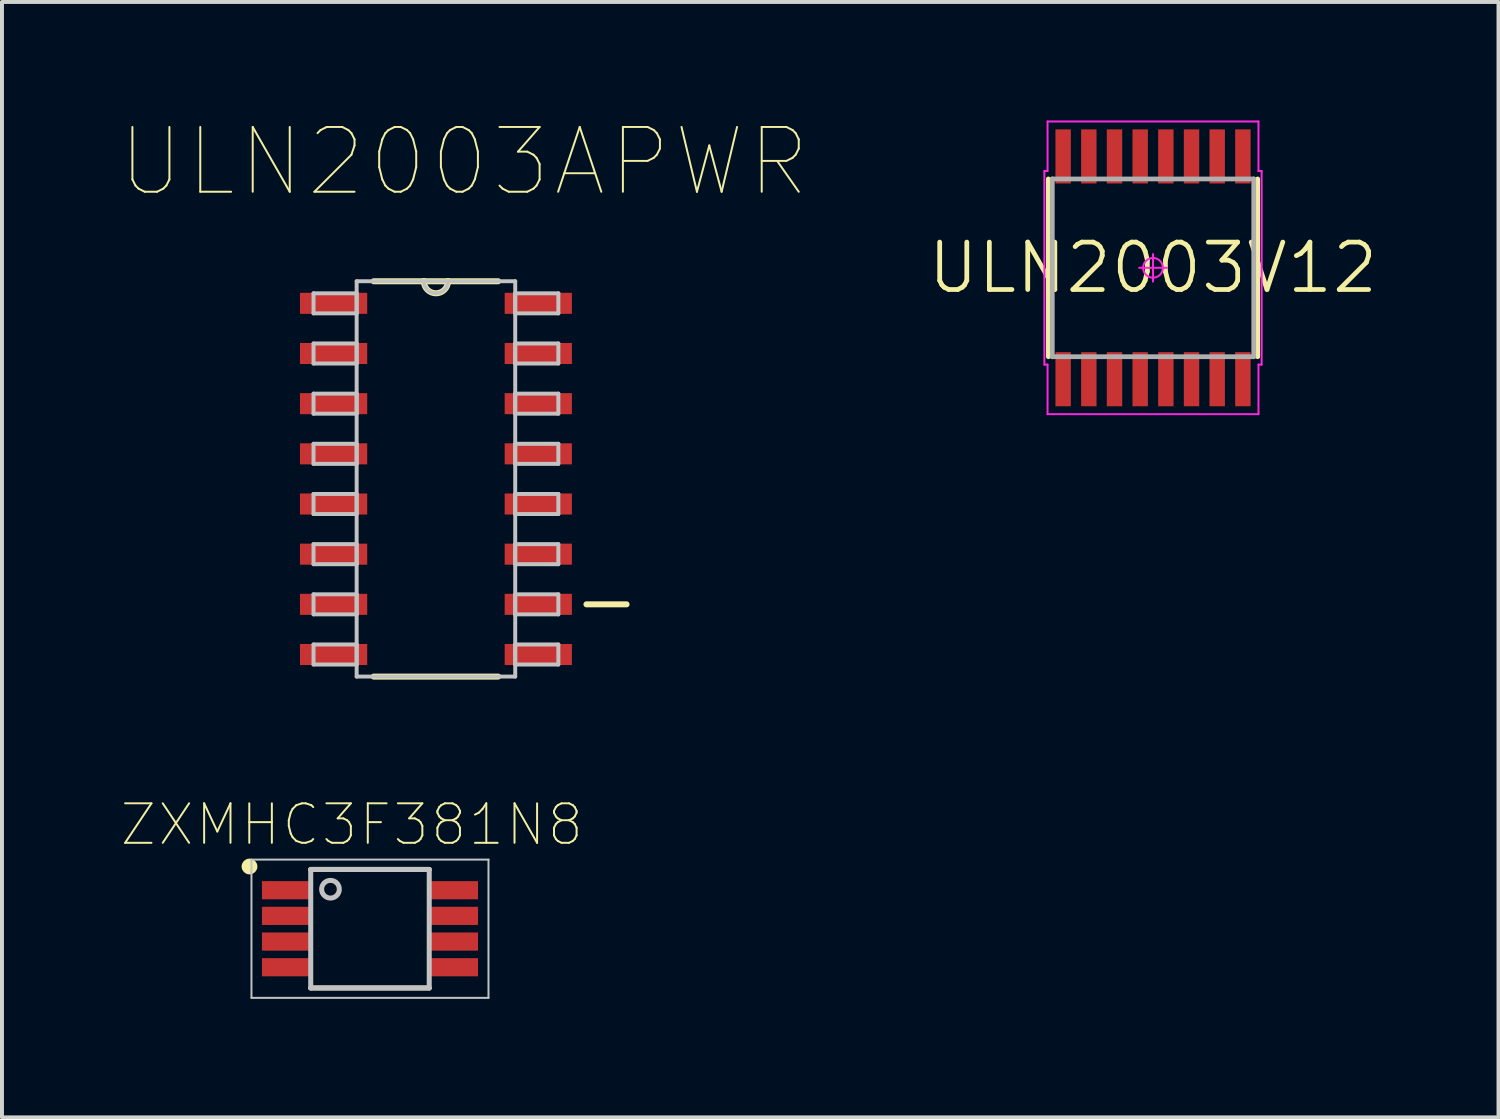
<source format=kicad_pcb>
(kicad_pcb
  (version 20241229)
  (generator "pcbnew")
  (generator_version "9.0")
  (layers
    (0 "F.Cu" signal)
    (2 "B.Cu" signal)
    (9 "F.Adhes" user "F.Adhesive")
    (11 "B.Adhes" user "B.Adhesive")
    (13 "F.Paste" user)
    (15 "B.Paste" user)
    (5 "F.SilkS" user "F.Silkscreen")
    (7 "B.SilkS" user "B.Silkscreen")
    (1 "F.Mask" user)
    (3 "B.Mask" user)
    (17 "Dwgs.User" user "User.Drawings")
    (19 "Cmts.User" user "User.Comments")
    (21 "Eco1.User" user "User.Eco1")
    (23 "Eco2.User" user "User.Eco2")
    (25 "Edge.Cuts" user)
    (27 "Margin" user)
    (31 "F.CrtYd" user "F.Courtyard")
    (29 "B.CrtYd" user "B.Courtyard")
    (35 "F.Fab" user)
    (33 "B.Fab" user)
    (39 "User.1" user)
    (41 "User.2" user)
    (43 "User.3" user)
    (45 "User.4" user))
  (footprint "ZXMHC3F381N8"
    (layer "F.Cu")
    (at 6.316 20.461)
    (property "Reference" "ZXMHC3F381N8" (at -0.46 -2.635 0) (layer "F.SilkS") (effects (font (size 1 1) (thickness 0.05))))
    (attr smd)
    (fp_line (start -1.5 -1.5) (end 1.5 -1.5) (stroke (width 0.127) (type solid)) (layer "F.SilkS"))
    (fp_line (start -1.5 1.5) (end 1.5 1.5) (stroke (width 0.127) (type solid)) (layer "F.SilkS"))
    (fp_circle (center -3.05 -1.575) (end -2.95 -1.575) (stroke (width 0.2) (type solid)) (fill no) (layer "F.SilkS"))
    (fp_line (start -3 -1.75) (end 3 -1.75) (stroke (width 0.05) (type solid)) (layer "Dwgs.User"))
    (fp_line (start -3 1.75) (end -3 -1.75) (stroke (width 0.05) (type solid)) (layer "Dwgs.User"))
    (fp_line (start -1.5 -1.5) (end 1.5 -1.5) (stroke (width 0.127) (type solid)) (layer "Dwgs.User"))
    (fp_line (start -1.5 1.5) (end -1.5 -1.5) (stroke (width 0.127) (type solid)) (layer "Dwgs.User"))
    (fp_line (start 1.5 -1.5) (end 1.5 1.5) (stroke (width 0.127) (type solid)) (layer "Dwgs.User"))
    (fp_line (start 1.5 1.5) (end -1.5 1.5) (stroke (width 0.127) (type solid)) (layer "Dwgs.User"))
    (fp_line (start 3 -1.75) (end 3 1.75) (stroke (width 0.05) (type solid)) (layer "Dwgs.User"))
    (fp_line (start 3 1.75) (end -3 1.75) (stroke (width 0.05) (type solid)) (layer "Dwgs.User"))
    (fp_circle (center -1 -1) (end -0.776 -1) (stroke (width 0.127) (type solid)) (fill no) (layer "Dwgs.User"))
    (pad "1" smd rect (at -2.11 -0.975) (size 1.25 0.46) (layers "F.Cu" "F.Mask" "F.Paste"))
    (pad "2" smd rect (at -2.11 -0.325) (size 1.25 0.46) (layers "F.Cu" "F.Mask" "F.Paste"))
    (pad "3" smd rect (at -2.11 0.325) (size 1.25 0.46) (layers "F.Cu" "F.Mask" "F.Paste"))
    (pad "4" smd rect (at -2.11 0.975) (size 1.25 0.46) (layers "F.Cu" "F.Mask" "F.Paste"))
    (pad "5" smd rect (at 2.11 0.975) (size 1.25 0.46) (layers "F.Cu" "F.Mask" "F.Paste"))
    (pad "6" smd rect (at 2.11 0.325) (size 1.25 0.46) (layers "F.Cu" "F.Mask" "F.Paste"))
    (pad "7" smd rect (at 2.11 -0.325) (size 1.25 0.46) (layers "F.Cu" "F.Mask" "F.Paste"))
    (pad "8" smd rect (at 2.11 -0.975) (size 1.25 0.46) (layers "F.Cu" "F.Mask" "F.Paste")))
  (footprint "ULN2003APWR"
    (layer "F.Cu")
    (at 7.986 9.074)
    (property "Reference" "ULN2003APWR" (at 0.711 -8.026 0) (layer "F.SilkS") (effects (font (size 1.64 1.64) (thickness 0.05))))
    (attr smd)
    (fp_line (start -1.575 5.004) (end 1.575 5.004) (stroke (width 0.152) (type solid)) (layer "F.SilkS"))
    (fp_line (start -0.305 -5.004) (end -1.575 -5.004) (stroke (width 0.152) (type solid)) (layer "F.SilkS"))
    (fp_line (start 0.305 -5.004) (end -0.305 -5.004) (stroke (width 0.152) (type solid)) (layer "F.SilkS"))
    (fp_line (start 1.575 -5.004) (end 0.305 -5.004) (stroke (width 0.152) (type solid)) (layer "F.SilkS"))
    (fp_line (start 3.81 3.175) (end 4.826 3.175) (stroke (width 0.152) (type solid)) (layer "F.SilkS"))
    (fp_arc (start 0.3048 -5.0038) (mid 0 -4.699) (end -0.3048 -5.0038) (stroke (width 0.1524) (type solid)) (layer "F.SilkS"))
    (fp_line (start -3.099 -4.699) (end -3.099 -4.191) (stroke (width 0.1) (type solid)) (layer "Dwgs.User"))
    (fp_line (start -3.099 -4.191) (end -2.007 -4.191) (stroke (width 0.1) (type solid)) (layer "Dwgs.User"))
    (fp_line (start -3.099 -3.429) (end -3.099 -2.921) (stroke (width 0.1) (type solid)) (layer "Dwgs.User"))
    (fp_line (start -3.099 -2.921) (end -2.007 -2.921) (stroke (width 0.1) (type solid)) (layer "Dwgs.User"))
    (fp_line (start -3.099 -2.159) (end -3.099 -1.651) (stroke (width 0.1) (type solid)) (layer "Dwgs.User"))
    (fp_line (start -3.099 -1.651) (end -2.007 -1.651) (stroke (width 0.1) (type solid)) (layer "Dwgs.User"))
    (fp_line (start -3.099 -0.889) (end -3.099 -0.381) (stroke (width 0.1) (type solid)) (layer "Dwgs.User"))
    (fp_line (start -3.099 -0.381) (end -2.007 -0.381) (stroke (width 0.1) (type solid)) (layer "Dwgs.User"))
    (fp_line (start -3.099 0.381) (end -3.099 0.889) (stroke (width 0.1) (type solid)) (layer "Dwgs.User"))
    (fp_line (start -3.099 0.889) (end -2.007 0.889) (stroke (width 0.1) (type solid)) (layer "Dwgs.User"))
    (fp_line (start -3.099 1.651) (end -3.099 2.159) (stroke (width 0.1) (type solid)) (layer "Dwgs.User"))
    (fp_line (start -3.099 2.159) (end -2.007 2.159) (stroke (width 0.1) (type solid)) (layer "Dwgs.User"))
    (fp_line (start -3.099 2.921) (end -3.099 3.429) (stroke (width 0.1) (type solid)) (layer "Dwgs.User"))
    (fp_line (start -3.099 3.429) (end -2.007 3.429) (stroke (width 0.1) (type solid)) (layer "Dwgs.User"))
    (fp_line (start -3.099 4.191) (end -3.099 4.699) (stroke (width 0.1) (type solid)) (layer "Dwgs.User"))
    (fp_line (start -3.099 4.699) (end -2.007 4.699) (stroke (width 0.1) (type solid)) (layer "Dwgs.User"))
    (fp_line (start -2.007 -5.004) (end -2.007 5.004) (stroke (width 0.1) (type solid)) (layer "Dwgs.User"))
    (fp_line (start -2.007 -4.699) (end -3.099 -4.699) (stroke (width 0.1) (type solid)) (layer "Dwgs.User"))
    (fp_line (start -2.007 -4.191) (end -2.007 -4.699) (stroke (width 0.1) (type solid)) (layer "Dwgs.User"))
    (fp_line (start -2.007 -3.429) (end -3.099 -3.429) (stroke (width 0.1) (type solid)) (layer "Dwgs.User"))
    (fp_line (start -2.007 -2.921) (end -2.007 -3.429) (stroke (width 0.1) (type solid)) (layer "Dwgs.User"))
    (fp_line (start -2.007 -2.159) (end -3.099 -2.159) (stroke (width 0.1) (type solid)) (layer "Dwgs.User"))
    (fp_line (start -2.007 -1.651) (end -2.007 -2.159) (stroke (width 0.1) (type solid)) (layer "Dwgs.User"))
    (fp_line (start -2.007 -0.889) (end -3.099 -0.889) (stroke (width 0.1) (type solid)) (layer "Dwgs.User"))
    (fp_line (start -2.007 -0.381) (end -2.007 -0.889) (stroke (width 0.1) (type solid)) (layer "Dwgs.User"))
    (fp_line (start -2.007 0.381) (end -3.099 0.381) (stroke (width 0.1) (type solid)) (layer "Dwgs.User"))
    (fp_line (start -2.007 0.889) (end -2.007 0.381) (stroke (width 0.1) (type solid)) (layer "Dwgs.User"))
    (fp_line (start -2.007 1.651) (end -3.099 1.651) (stroke (width 0.1) (type solid)) (layer "Dwgs.User"))
    (fp_line (start -2.007 2.159) (end -2.007 1.651) (stroke (width 0.1) (type solid)) (layer "Dwgs.User"))
    (fp_line (start -2.007 2.921) (end -3.099 2.921) (stroke (width 0.1) (type solid)) (layer "Dwgs.User"))
    (fp_line (start -2.007 3.429) (end -2.007 2.921) (stroke (width 0.1) (type solid)) (layer "Dwgs.User"))
    (fp_line (start -2.007 4.191) (end -3.099 4.191) (stroke (width 0.1) (type solid)) (layer "Dwgs.User"))
    (fp_line (start -2.007 4.699) (end -2.007 4.191) (stroke (width 0.1) (type solid)) (layer "Dwgs.User"))
    (fp_line (start -2.007 5.004) (end 2.007 5.004) (stroke (width 0.1) (type solid)) (layer "Dwgs.User"))
    (fp_line (start -0.305 -5.004) (end -2.007 -5.004) (stroke (width 0.1) (type solid)) (layer "Dwgs.User"))
    (fp_line (start 0.305 -5.004) (end -0.305 -5.004) (stroke (width 0.1) (type solid)) (layer "Dwgs.User"))
    (fp_line (start 2.007 -5.004) (end 0.305 -5.004) (stroke (width 0.1) (type solid)) (layer "Dwgs.User"))
    (fp_line (start 2.007 -4.699) (end 2.007 -4.191) (stroke (width 0.1) (type solid)) (layer "Dwgs.User"))
    (fp_line (start 2.007 -4.191) (end 3.099 -4.191) (stroke (width 0.1) (type solid)) (layer "Dwgs.User"))
    (fp_line (start 2.007 -3.429) (end 2.007 -2.921) (stroke (width 0.1) (type solid)) (layer "Dwgs.User"))
    (fp_line (start 2.007 -2.921) (end 3.099 -2.921) (stroke (width 0.1) (type solid)) (layer "Dwgs.User"))
    (fp_line (start 2.007 -2.159) (end 2.007 -1.651) (stroke (width 0.1) (type solid)) (layer "Dwgs.User"))
    (fp_line (start 2.007 -1.651) (end 3.099 -1.651) (stroke (width 0.1) (type solid)) (layer "Dwgs.User"))
    (fp_line (start 2.007 -0.889) (end 2.007 -0.381) (stroke (width 0.1) (type solid)) (layer "Dwgs.User"))
    (fp_line (start 2.007 -0.381) (end 3.099 -0.381) (stroke (width 0.1) (type solid)) (layer "Dwgs.User"))
    (fp_line (start 2.007 0.381) (end 2.007 0.889) (stroke (width 0.1) (type solid)) (layer "Dwgs.User"))
    (fp_line (start 2.007 0.889) (end 3.099 0.889) (stroke (width 0.1) (type solid)) (layer "Dwgs.User"))
    (fp_line (start 2.007 1.651) (end 2.007 2.159) (stroke (width 0.1) (type solid)) (layer "Dwgs.User"))
    (fp_line (start 2.007 2.159) (end 3.099 2.159) (stroke (width 0.1) (type solid)) (layer "Dwgs.User"))
    (fp_line (start 2.007 2.921) (end 2.007 3.429) (stroke (width 0.1) (type solid)) (layer "Dwgs.User"))
    (fp_line (start 2.007 3.429) (end 3.099 3.429) (stroke (width 0.1) (type solid)) (layer "Dwgs.User"))
    (fp_line (start 2.007 4.191) (end 2.007 4.699) (stroke (width 0.1) (type solid)) (layer "Dwgs.User"))
    (fp_line (start 2.007 4.699) (end 3.099 4.699) (stroke (width 0.1) (type solid)) (layer "Dwgs.User"))
    (fp_line (start 2.007 5.004) (end 2.007 -5.004) (stroke (width 0.1) (type solid)) (layer "Dwgs.User"))
    (fp_line (start 3.099 -4.699) (end 2.007 -4.699) (stroke (width 0.1) (type solid)) (layer "Dwgs.User"))
    (fp_line (start 3.099 -4.191) (end 3.099 -4.699) (stroke (width 0.1) (type solid)) (layer "Dwgs.User"))
    (fp_line (start 3.099 -3.429) (end 2.007 -3.429) (stroke (width 0.1) (type solid)) (layer "Dwgs.User"))
    (fp_line (start 3.099 -2.921) (end 3.099 -3.429) (stroke (width 0.1) (type solid)) (layer "Dwgs.User"))
    (fp_line (start 3.099 -2.159) (end 2.007 -2.159) (stroke (width 0.1) (type solid)) (layer "Dwgs.User"))
    (fp_line (start 3.099 -1.651) (end 3.099 -2.159) (stroke (width 0.1) (type solid)) (layer "Dwgs.User"))
    (fp_line (start 3.099 -0.889) (end 2.007 -0.889) (stroke (width 0.1) (type solid)) (layer "Dwgs.User"))
    (fp_line (start 3.099 -0.381) (end 3.099 -0.889) (stroke (width 0.1) (type solid)) (layer "Dwgs.User"))
    (fp_line (start 3.099 0.381) (end 2.007 0.381) (stroke (width 0.1) (type solid)) (layer "Dwgs.User"))
    (fp_line (start 3.099 0.889) (end 3.099 0.381) (stroke (width 0.1) (type solid)) (layer "Dwgs.User"))
    (fp_line (start 3.099 1.651) (end 2.007 1.651) (stroke (width 0.1) (type solid)) (layer "Dwgs.User"))
    (fp_line (start 3.099 2.159) (end 3.099 1.651) (stroke (width 0.1) (type solid)) (layer "Dwgs.User"))
    (fp_line (start 3.099 2.921) (end 2.007 2.921) (stroke (width 0.1) (type solid)) (layer "Dwgs.User"))
    (fp_line (start 3.099 3.429) (end 3.099 2.921) (stroke (width 0.1) (type solid)) (layer "Dwgs.User"))
    (fp_line (start 3.099 4.191) (end 2.007 4.191) (stroke (width 0.1) (type solid)) (layer "Dwgs.User"))
    (fp_line (start 3.099 4.699) (end 3.099 4.191) (stroke (width 0.1) (type solid)) (layer "Dwgs.User"))
    (fp_arc (start 0.3048 -5.0038) (mid 0 -4.699) (end -0.3048 -5.0038) (stroke (width 0.1) (type solid)) (layer "Dwgs.User"))
    (pad "1" smd rect (at -2.591 -4.445) (size 1.702 0.533) (layers "F.Cu" "F.Mask" "F.Paste"))
    (pad "2" smd rect (at -2.591 -3.175) (size 1.702 0.533) (layers "F.Cu" "F.Mask" "F.Paste"))
    (pad "3" smd rect (at -2.591 -1.905) (size 1.702 0.533) (layers "F.Cu" "F.Mask" "F.Paste"))
    (pad "4" smd rect (at -2.591 -0.635) (size 1.702 0.533) (layers "F.Cu" "F.Mask" "F.Paste"))
    (pad "5" smd rect (at -2.591 0.635) (size 1.702 0.533) (layers "F.Cu" "F.Mask" "F.Paste"))
    (pad "6" smd rect (at -2.591 1.905) (size 1.702 0.533) (layers "F.Cu" "F.Mask" "F.Paste"))
    (pad "7" smd rect (at -2.591 3.175) (size 1.702 0.533) (layers "F.Cu" "F.Mask" "F.Paste"))
    (pad "8" smd rect (at -2.591 4.445) (size 1.702 0.533) (layers "F.Cu" "F.Mask" "F.Paste"))
    (pad "9" smd rect (at 2.591 4.445) (size 1.702 0.533) (layers "F.Cu" "F.Mask" "F.Paste"))
    (pad "10" smd rect (at 2.591 3.175) (size 1.702 0.533) (layers "F.Cu" "F.Mask" "F.Paste"))
    (pad "11" smd rect (at 2.591 1.905) (size 1.702 0.533) (layers "F.Cu" "F.Mask" "F.Paste"))
    (pad "12" smd rect (at 2.591 0.635) (size 1.702 0.533) (layers "F.Cu" "F.Mask" "F.Paste"))
    (pad "13" smd rect (at 2.591 -0.635) (size 1.702 0.533) (layers "F.Cu" "F.Mask" "F.Paste"))
    (pad "14" smd rect (at 2.591 -1.905) (size 1.702 0.533) (layers "F.Cu" "F.Mask" "F.Paste"))
    (pad "15" smd rect (at 2.591 -3.175) (size 1.702 0.533) (layers "F.Cu" "F.Mask" "F.Paste"))
    (pad "16" smd rect (at 2.591 -4.445) (size 1.702 0.533) (layers "F.Cu" "F.Mask" "F.Paste")))
  (footprint "ULN2003V12"
    (layer "F.Cu")
    (at 26.139 3.73)
    (property "Reference" "ULN2003V12" (at 0 0 0) (layer "F.SilkS") (effects (font (size 1.2 1.2) (thickness 0.12))))
    (attr smd)
    (fp_line (start -2.65 2.25) (end -2.65 -2.25) (stroke (width 0.12) (type solid)) (layer "F.SilkS"))
    (fp_line (start 2.65 2.25) (end 2.65 -2.25) (stroke (width 0.12) (type solid)) (layer "F.SilkS"))
    (fp_line (start -2.75 -2.45) (end -2.75 2.45) (stroke (width 0.05) (type solid)) (layer "F.CrtYd"))
    (fp_line (start -2.75 2.45) (end -2.67 2.45) (stroke (width 0.05) (type solid)) (layer "F.CrtYd"))
    (fp_line (start -2.67 -3.705) (end -2.67 -2.45) (stroke (width 0.05) (type solid)) (layer "F.CrtYd"))
    (fp_line (start -2.67 -2.45) (end -2.75 -2.45) (stroke (width 0.05) (type solid)) (layer "F.CrtYd"))
    (fp_line (start -2.67 2.45) (end -2.67 3.705) (stroke (width 0.05) (type solid)) (layer "F.CrtYd"))
    (fp_line (start -2.67 3.705) (end 2.67 3.705) (stroke (width 0.05) (type solid)) (layer "F.CrtYd"))
    (fp_line (start -0.35 0) (end 0.35 0) (stroke (width 0.05) (type solid)) (layer "F.CrtYd"))
    (fp_line (start 0 -0.35) (end 0 0.35) (stroke (width 0.05) (type solid)) (layer "F.CrtYd"))
    (fp_line (start 2.67 -3.705) (end -2.67 -3.705) (stroke (width 0.05) (type solid)) (layer "F.CrtYd"))
    (fp_line (start 2.67 -2.45) (end 2.67 -3.705) (stroke (width 0.05) (type solid)) (layer "F.CrtYd"))
    (fp_line (start 2.67 2.45) (end 2.75 2.45) (stroke (width 0.05) (type solid)) (layer "F.CrtYd"))
    (fp_line (start 2.67 3.705) (end 2.67 2.45) (stroke (width 0.05) (type solid)) (layer "F.CrtYd"))
    (fp_line (start 2.75 -2.45) (end 2.67 -2.45) (stroke (width 0.05) (type solid)) (layer "F.CrtYd"))
    (fp_line (start 2.75 2.45) (end 2.75 -2.45) (stroke (width 0.05) (type solid)) (layer "F.CrtYd"))
    (fp_circle (center 0 0) (end 0 0.25) (stroke (width 0.05) (type solid)) (fill no) (layer "F.CrtYd"))
    (fp_line (start -2.55 -2.25) (end 2.55 -2.25) (stroke (width 0.12) (type solid)) (layer "F.Fab"))
    (fp_line (start -2.55 2.25) (end -2.55 -2.25) (stroke (width 0.12) (type solid)) (layer "F.Fab"))
    (fp_line (start 2.55 -2.25) (end 2.55 2.25) (stroke (width 0.12) (type solid)) (layer "F.Fab"))
    (fp_line (start 2.55 2.25) (end -2.55 2.25) (stroke (width 0.12) (type solid)) (layer "F.Fab"))
    (pad "1" smd rect (at -2.275 2.82 90) (size 1.37 0.39) (layers "F.Cu" "F.Mask" "F.Paste"))
    (pad "2" smd rect (at -1.625 2.82 90) (size 1.37 0.39) (layers "F.Cu" "F.Mask" "F.Paste"))
    (pad "3" smd rect (at -0.975 2.82 90) (size 1.37 0.39) (layers "F.Cu" "F.Mask" "F.Paste"))
    (pad "4" smd rect (at -0.325 2.82 90) (size 1.37 0.39) (layers "F.Cu" "F.Mask" "F.Paste"))
    (pad "5" smd rect (at 0.325 2.82 90) (size 1.37 0.39) (layers "F.Cu" "F.Mask" "F.Paste"))
    (pad "6" smd rect (at 0.975 2.82 90) (size 1.37 0.39) (layers "F.Cu" "F.Mask" "F.Paste"))
    (pad "7" smd rect (at 1.625 2.82 90) (size 1.37 0.39) (layers "F.Cu" "F.Mask" "F.Paste"))
    (pad "8" smd rect (at 2.275 2.82 90) (size 1.37 0.39) (layers "F.Cu" "F.Mask" "F.Paste"))
    (pad "9" smd rect (at 2.275 -2.82 90) (size 1.37 0.39) (layers "F.Cu" "F.Mask" "F.Paste"))
    (pad "10" smd rect (at 1.625 -2.82 90) (size 1.37 0.39) (layers "F.Cu" "F.Mask" "F.Paste"))
    (pad "11" smd rect (at 0.975 -2.82 90) (size 1.37 0.39) (layers "F.Cu" "F.Mask" "F.Paste"))
    (pad "12" smd rect (at 0.325 -2.82 90) (size 1.37 0.39) (layers "F.Cu" "F.Mask" "F.Paste"))
    (pad "13" smd rect (at -0.325 -2.82 90) (size 1.37 0.39) (layers "F.Cu" "F.Mask" "F.Paste"))
    (pad "14" smd rect (at -0.975 -2.82 90) (size 1.37 0.39) (layers "F.Cu" "F.Mask" "F.Paste"))
    (pad "15" smd rect (at -1.625 -2.82 90) (size 1.37 0.39) (layers "F.Cu" "F.Mask" "F.Paste"))
    (pad "16" smd rect (at -2.275 -2.82 90) (size 1.37 0.39) (layers "F.Cu" "F.Mask" "F.Paste")))
  (gr_rect
    (start -3 -3)
    (end 34.885 25.236)
    (stroke (width 0.1) (type default))
    (fill no)
    (layer "Edge.Cuts")))
</source>
